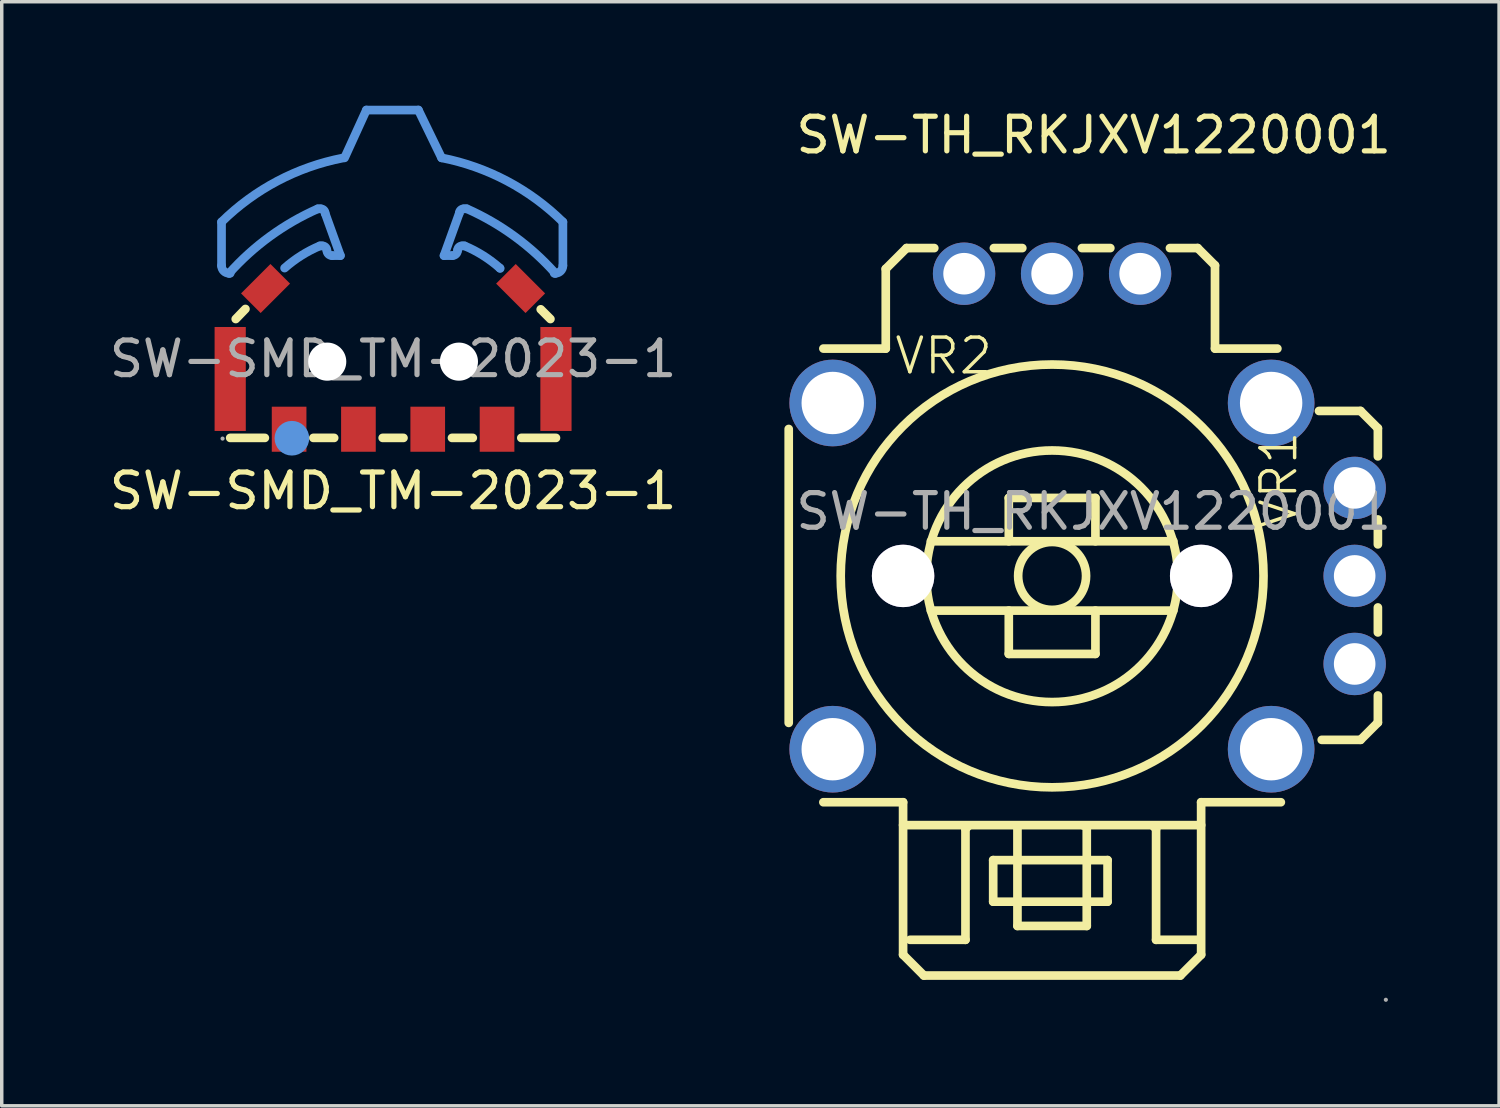
<source format=kicad_pcb>
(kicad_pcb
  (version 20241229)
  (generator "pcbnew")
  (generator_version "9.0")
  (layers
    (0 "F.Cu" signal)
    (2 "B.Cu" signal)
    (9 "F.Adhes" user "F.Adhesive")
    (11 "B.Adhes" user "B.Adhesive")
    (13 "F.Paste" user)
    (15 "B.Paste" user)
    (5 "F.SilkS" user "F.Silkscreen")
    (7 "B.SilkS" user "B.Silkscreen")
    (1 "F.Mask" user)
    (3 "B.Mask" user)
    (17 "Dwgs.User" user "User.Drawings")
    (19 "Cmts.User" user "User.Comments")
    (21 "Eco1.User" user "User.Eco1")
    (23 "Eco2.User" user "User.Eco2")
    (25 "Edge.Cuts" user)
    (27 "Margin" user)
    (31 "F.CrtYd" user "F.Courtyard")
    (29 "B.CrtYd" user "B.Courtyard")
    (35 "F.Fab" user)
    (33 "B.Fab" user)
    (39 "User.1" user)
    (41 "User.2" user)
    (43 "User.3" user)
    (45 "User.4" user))
  (footprint "SW-TH_RKJXV1220001"
    (layer "F.Cu")
    (at 28.508 11.708)
    (property "Reference" "SW-TH_RKJXV1220001" (at 0 -10.86 0) (layer "F.SilkS") (effects (font (size 1 1) (thickness 0.15))))
    (attr through_hole)
    (fp_line (start -8.8 -2.38) (end -8.8 6.1) (stroke (width 0.25) (type solid)) (layer "F.SilkS"))
    (fp_line (start -7.8 -4.7) (end -6 -4.7) (stroke (width 0.25) (type solid)) (layer "F.SilkS"))
    (fp_line (start -6 -7) (end -5.4 -7.6) (stroke (width 0.25) (type solid)) (layer "F.SilkS"))
    (fp_line (start -6 -4.7) (end -6 -7) (stroke (width 0.25) (type solid)) (layer "F.SilkS"))
    (fp_line (start -5.5 8.39) (end -7.8 8.39) (stroke (width 0.25) (type solid)) (layer "F.SilkS"))
    (fp_line (start -5.5 9.05) (end 3.1 9.05) (stroke (width 0.25) (type solid)) (layer "F.SilkS"))
    (fp_line (start -5.5 12.79) (end -5.5 8.39) (stroke (width 0.25) (type solid)) (layer "F.SilkS"))
    (fp_line (start -5.4 -7.6) (end -4.6 -7.6) (stroke (width 0.25) (type solid)) (layer "F.SilkS"))
    (fp_line (start -4.9 13.39) (end -5.5 12.79) (stroke (width 0.25) (type solid)) (layer "F.SilkS"))
    (fp_line (start -4.7 0.86) (end 2.3 0.86) (stroke (width 0.25) (type solid)) (layer "F.SilkS"))
    (fp_line (start -4.7 2.86) (end 2.3 2.86) (stroke (width 0.25) (type solid)) (layer "F.SilkS"))
    (fp_line (start -3.7 9.16) (end -3.7 12.36) (stroke (width 0.25) (type solid)) (layer "F.SilkS"))
    (fp_line (start -3.7 12.36) (end -5.3 12.36) (stroke (width 0.25) (type solid)) (layer "F.SilkS"))
    (fp_line (start -3.6 9.06) (end -3.7 9.16) (stroke (width 0.25) (type solid)) (layer "F.SilkS"))
    (fp_line (start -2.9 10.06) (end 0.4 10.06) (stroke (width 0.25) (type solid)) (layer "F.SilkS"))
    (fp_line (start -2.9 11.26) (end -2.9 10.06) (stroke (width 0.25) (type solid)) (layer "F.SilkS"))
    (fp_line (start -2.88 -7.6) (end -2.06 -7.6) (stroke (width 0.25) (type solid)) (layer "F.SilkS"))
    (fp_line (start -2.45 -0.39) (end 0.05 -0.39) (stroke (width 0.25) (type solid)) (layer "F.SilkS"))
    (fp_line (start -2.45 0.86) (end -2.45 -0.39) (stroke (width 0.25) (type solid)) (layer "F.SilkS"))
    (fp_line (start -2.45 4.11) (end -2.45 2.86) (stroke (width 0.25) (type solid)) (layer "F.SilkS"))
    (fp_line (start -2.2 9.06) (end -2.2 11.96) (stroke (width 0.25) (type solid)) (layer "F.SilkS"))
    (fp_line (start -2.2 11.96) (end -0.2 11.96) (stroke (width 0.25) (type solid)) (layer "F.SilkS"))
    (fp_line (start -0.34 -7.6) (end 0.48 -7.6) (stroke (width 0.25) (type solid)) (layer "F.SilkS"))
    (fp_line (start -0.2 9.06) (end -0.3 9.06) (stroke (width 0.25) (type solid)) (layer "F.SilkS"))
    (fp_line (start -0.2 11.96) (end -0.2 9.06) (stroke (width 0.25) (type solid)) (layer "F.SilkS"))
    (fp_line (start 0.05 -0.39) (end 0.05 0.86) (stroke (width 0.25) (type solid)) (layer "F.SilkS"))
    (fp_line (start 0.05 2.86) (end 0.05 4.11) (stroke (width 0.25) (type solid)) (layer "F.SilkS"))
    (fp_line (start 0.05 4.11) (end -2.45 4.11) (stroke (width 0.25) (type solid)) (layer "F.SilkS"))
    (fp_line (start 0.4 10.06) (end 0.4 11.26) (stroke (width 0.25) (type solid)) (layer "F.SilkS"))
    (fp_line (start 0.4 11.26) (end -2.9 11.26) (stroke (width 0.25) (type solid)) (layer "F.SilkS"))
    (fp_line (start 1.7 9.06) (end 1.8 9.16) (stroke (width 0.25) (type solid)) (layer "F.SilkS"))
    (fp_line (start 1.8 9.16) (end 1.8 12.36) (stroke (width 0.25) (type solid)) (layer "F.SilkS"))
    (fp_line (start 1.8 12.36) (end 3 12.36) (stroke (width 0.25) (type solid)) (layer "F.SilkS"))
    (fp_line (start 2.2 -7.6) (end 3 -7.6) (stroke (width 0.25) (type solid)) (layer "F.SilkS"))
    (fp_line (start 2.5 13.39) (end -4.9 13.39) (stroke (width 0.25) (type solid)) (layer "F.SilkS"))
    (fp_line (start 3 -7.6) (end 3.5 -7.1) (stroke (width 0.25) (type solid)) (layer "F.SilkS"))
    (fp_line (start 3.1 8.39) (end 3.1 12.79) (stroke (width 0.25) (type solid)) (layer "F.SilkS"))
    (fp_line (start 3.1 12.79) (end 2.5 13.39) (stroke (width 0.25) (type solid)) (layer "F.SilkS"))
    (fp_line (start 3.5 -7.1) (end 3.5 -4.7) (stroke (width 0.25) (type solid)) (layer "F.SilkS"))
    (fp_line (start 3.5 -4.7) (end 5.3 -4.7) (stroke (width 0.25) (type solid)) (layer "F.SilkS"))
    (fp_line (start 5.4 8.39) (end 3.1 8.39) (stroke (width 0.25) (type solid)) (layer "F.SilkS"))
    (fp_line (start 6.5 -2.9) (end 7.7 -2.9) (stroke (width 0.25) (type solid)) (layer "F.SilkS"))
    (fp_line (start 7.7 -2.9) (end 8.2 -2.4) (stroke (width 0.25) (type solid)) (layer "F.SilkS"))
    (fp_line (start 7.7 6.59) (end 6.58 6.59) (stroke (width 0.25) (type solid)) (layer "F.SilkS"))
    (fp_line (start 8.2 -2.4) (end 8.2 -1.59) (stroke (width 0.25) (type solid)) (layer "F.SilkS"))
    (fp_line (start 8.2 0.23) (end 8.2 0.95) (stroke (width 0.25) (type solid)) (layer "F.SilkS"))
    (fp_line (start 8.2 2.77) (end 8.2 3.49) (stroke (width 0.25) (type solid)) (layer "F.SilkS"))
    (fp_line (start 8.2 5.31) (end 8.2 6.09) (stroke (width 0.25) (type solid)) (layer "F.SilkS"))
    (fp_line (start 8.2 6.09) (end 7.7 6.59) (stroke (width 0.25) (type solid)) (layer "F.SilkS"))
    (fp_circle (center -1.2 1.86) (end -0.22 1.86) (stroke (width 0.25) (type solid)) (fill no) (layer "F.SilkS"))
    (fp_circle (center -1.2 1.86) (end 4.9 1.86) (stroke (width 0.25) (type solid)) (fill no) (layer "F.SilkS"))
    (fp_circle (center -1.2 1.87) (end 2.43 1.87) (stroke (width 0.25) (type solid)) (fill no) (layer "F.SilkS"))
    (fp_circle (center -7.53 -3.13) (end -7.13 -3.13) (stroke (width 0.8) (type solid)) (fill no) (layer "F.Fab"))
    (fp_circle (center -7.53 6.86) (end -7.13 6.86) (stroke (width 0.8) (type solid)) (fill no) (layer "F.Fab"))
    (fp_circle (center -5.5 1.86) (end -5.1 1.86) (stroke (width 0.8) (type solid)) (fill no) (layer "F.Fab"))
    (fp_circle (center -3.74 -6.86) (end -3.49 -6.86) (stroke (width 0.5) (type solid)) (fill no) (layer "F.Fab"))
    (fp_circle (center -1.2 -6.86) (end -0.95 -6.86) (stroke (width 0.5) (type solid)) (fill no) (layer "F.Fab"))
    (fp_circle (center 1.34 -6.86) (end 1.59 -6.86) (stroke (width 0.5) (type solid)) (fill no) (layer "F.Fab"))
    (fp_circle (center 3.1 1.86) (end 3.5 1.86) (stroke (width 0.8) (type solid)) (fill no) (layer "F.Fab"))
    (fp_circle (center 5.12 -3.13) (end 5.52 -3.13) (stroke (width 0.8) (type solid)) (fill no) (layer "F.Fab"))
    (fp_circle (center 5.12 6.86) (end 5.52 6.86) (stroke (width 0.8) (type solid)) (fill no) (layer "F.Fab"))
    (fp_circle (center 7.53 -0.68) (end 7.78 -0.68) (stroke (width 0.5) (type solid)) (fill no) (layer "F.Fab"))
    (fp_circle (center 7.53 1.86) (end 7.78 1.86) (stroke (width 0.5) (type solid)) (fill no) (layer "F.Fab"))
    (fp_circle (center 7.53 4.4) (end 7.78 4.4) (stroke (width 0.5) (type solid)) (fill no) (layer "F.Fab"))
    (fp_circle (center 8.43 14.09) (end 8.46 14.09) (stroke (width 0.06) (type solid)) (fill no) (layer "F.Fab"))
    (fp_text user "VR2" (at -5.8 -4.49 0) (layer "F.SilkS") (effects (font (size 1 1) (thickness 0.1)) (justify left)))
    (fp_text user "VR1" (at 5.34 0.56 90) (layer "F.SilkS") (effects (font (size 1 1) (thickness 0.1)) (justify left)))
    (fp_text user "${REFERENCE}" (at 0 0 0) (layer "F.Fab") (effects (font (size 1 1) (thickness 0.15))))
    (pad "" thru_hole circle (at -5.5 1.86) (size 1.8 1.8) (drill 1.8) (layers "*.Cu" "*.Mask"))
    (pad "" thru_hole circle (at 3.1 1.86) (size 1.8 1.8) (drill 1.8) (layers "*.Cu" "*.Mask"))
    (pad "1" thru_hole circle (at 7.53 4.4) (size 1.8 1.8) (drill 1.2) (layers "*.Cu" "*.Mask"))
    (pad "2" thru_hole circle (at 7.53 1.86) (size 1.8 1.8) (drill 1.2) (layers "*.Cu" "*.Mask"))
    (pad "3" thru_hole circle (at 7.53 -0.68) (size 1.8 1.8) (drill 1.2) (layers "*.Cu" "*.Mask"))
    (pad "4" thru_hole circle (at 1.34 -6.86) (size 1.8 1.8) (drill 1.2) (layers "*.Cu" "*.Mask"))
    (pad "5" thru_hole circle (at -1.2 -6.86) (size 1.8 1.8) (drill 1.2) (layers "*.Cu" "*.Mask"))
    (pad "6" thru_hole circle (at -3.74 -6.86) (size 1.8 1.8) (drill 1.2) (layers "*.Cu" "*.Mask"))
    (pad "7" thru_hole circle (at -7.53 -3.13) (size 2.5 2.5) (drill 1.8) (layers "*.Cu" "*.Mask"))
    (pad "8" thru_hole circle (at -7.53 6.86) (size 2.5 2.5) (drill 1.8) (layers "*.Cu" "*.Mask"))
    (pad "9" thru_hole circle (at 5.12 6.86) (size 2.5 2.5) (drill 1.8) (layers "*.Cu" "*.Mask"))
    (pad "10" thru_hole circle (at 5.12 -3.13) (size 2.5 2.5) (drill 1.8) (layers "*.Cu" "*.Mask")))
  (footprint "SW-SMD_TM-2023-1"
    (layer "F.Cu")
    (at 8.292 7.305)
    (property "Reference" "SW-SMD_TM-2023-1" (at 0 3.81 0) (layer "F.SilkS") (effects (font (size 1 1) (thickness 0.15))))
    (attr smd)
    (fp_line (start -4.7 2.28) (end -3.7 2.28) (stroke (width 0.25) (type solid)) (layer "F.SilkS"))
    (fp_line (start -4.26 -1.44) (end -4.54 -1.15) (stroke (width 0.25) (type solid)) (layer "F.SilkS"))
    (fp_line (start -2.3 2.28) (end -1.7 2.28) (stroke (width 0.25) (type solid)) (layer "F.SilkS"))
    (fp_line (start -0.3 2.28) (end 0.3 2.28) (stroke (width 0.25) (type solid)) (layer "F.SilkS"))
    (fp_line (start 1.7 2.28) (end 2.3 2.28) (stroke (width 0.25) (type solid)) (layer "F.SilkS"))
    (fp_line (start 3.7 2.28) (end 4.7 2.28) (stroke (width 0.25) (type solid)) (layer "F.SilkS"))
    (fp_line (start 4.26 -1.43) (end 4.54 -1.15) (stroke (width 0.25) (type solid)) (layer "F.SilkS"))
    (fp_line (start -4.95 -3.95) (end -4.95 -2.69) (stroke (width 0.25) (type solid)) (layer "Cmts.User"))
    (fp_line (start -4.73 -2.47) (end -4.7 -2.47) (stroke (width 0.25) (type solid)) (layer "Cmts.User"))
    (fp_line (start -2.09 -4.33) (end -2.17 -4.33) (stroke (width 0.25) (type solid)) (layer "Cmts.User"))
    (fp_line (start -2.04 -3.26) (end -2.11 -3.26) (stroke (width 0.25) (type solid)) (layer "Cmts.User"))
    (fp_line (start -1.52 -2.98) (end -1.96 -4.2) (stroke (width 0.25) (type solid)) (layer "Cmts.User"))
    (fp_line (start -1.52 -2.98) (end -1.76 -2.98) (stroke (width 0.25) (type solid)) (layer "Cmts.User"))
    (fp_line (start -0.77 -7.18) (end -1.4 -5.8) (stroke (width 0.25) (type solid)) (layer "Cmts.User"))
    (fp_line (start -0.77 -7.18) (end 0.73 -7.18) (stroke (width 0.25) (type solid)) (layer "Cmts.User"))
    (fp_line (start 0.73 -7.18) (end 1.4 -5.8) (stroke (width 0.25) (type solid)) (layer "Cmts.User"))
    (fp_line (start 1.47 -2.98) (end 1.71 -2.98) (stroke (width 0.25) (type solid)) (layer "Cmts.User"))
    (fp_line (start 1.47 -2.98) (end 1.91 -4.2) (stroke (width 0.25) (type solid)) (layer "Cmts.User"))
    (fp_line (start 1.99 -3.26) (end 2.06 -3.26) (stroke (width 0.25) (type solid)) (layer "Cmts.User"))
    (fp_line (start 2.04 -4.33) (end 2.12 -4.33) (stroke (width 0.25) (type solid)) (layer "Cmts.User"))
    (fp_line (start 3.08 -2.62) (end 3.09 -2.61) (stroke (width 0.25) (type solid)) (layer "Cmts.User"))
    (fp_line (start 4.68 -2.47) (end 4.65 -2.47) (stroke (width 0.25) (type solid)) (layer "Cmts.User"))
    (fp_line (start 4.9 -3.95) (end 4.9 -2.69) (stroke (width 0.25) (type solid)) (layer "Cmts.User"))
    (fp_arc (start -4.95 -3.95) (mid -3.333173 -5.132519) (end -1.443452 -5.796924) (stroke (width 0.25) (type solid)) (layer "Cmts.User"))
    (fp_arc (start -4.73 -2.47) (mid -4.885563 -2.534437) (end -4.95 -2.69) (stroke (width 0.25) (type solid)) (layer "Cmts.User"))
    (fp_arc (start -4.73 -2.47) (mid -3.551366 -3.535307) (end -2.174779 -4.328441) (stroke (width 0.25) (type solid)) (layer "Cmts.User"))
    (fp_arc (start -3.13 -2.62) (mid -2.647584 -2.981522) (end -2.113013 -3.260192) (stroke (width 0.25) (type solid)) (layer "Cmts.User"))
    (fp_arc (start -2.09 -4.33) (mid -1.998077 -4.291924) (end -1.96 -4.2) (stroke (width 0.25) (type solid)) (layer "Cmts.User"))
    (fp_arc (start -2.04 -3.26) (mid -1.948077 -3.221924) (end -1.91 -3.13) (stroke (width 0.25) (type solid)) (layer "Cmts.User"))
    (fp_arc (start -1.76 -2.98) (mid -1.866066 -3.023934) (end -1.91 -3.13) (stroke (width 0.25) (type solid)) (layer "Cmts.User"))
    (fp_arc (start 1.401179 -5.800623) (mid 3.28698 -5.133174) (end 4.9 -3.95) (stroke (width 0.25) (type solid)) (layer "Cmts.User"))
    (fp_arc (start 1.86 -3.13) (mid 1.816066 -3.023934) (end 1.71 -2.98) (stroke (width 0.25) (type solid)) (layer "Cmts.User"))
    (fp_arc (start 1.86 -3.13) (mid 1.898076 -3.221923) (end 1.99 -3.26) (stroke (width 0.25) (type solid)) (layer "Cmts.User"))
    (fp_arc (start 1.91 -4.2) (mid 1.948076 -4.291923) (end 2.04 -4.33) (stroke (width 0.25) (type solid)) (layer "Cmts.User"))
    (fp_arc (start 2.063013 -3.260192) (mid 2.597584 -2.981522) (end 3.08 -2.62) (stroke (width 0.25) (type solid)) (layer "Cmts.User"))
    (fp_arc (start 2.123891 -4.33256) (mid 3.501142 -3.537413) (end 4.68 -2.47) (stroke (width 0.25) (type solid)) (layer "Cmts.User"))
    (fp_arc (start 4.9 -2.69) (mid 4.835563 -2.534437) (end 4.68 -2.47) (stroke (width 0.25) (type solid)) (layer "Cmts.User"))
    (fp_circle (center -2.92 2.29) (end -2.67 2.29) (stroke (width 0.5) (type solid)) (fill no) (layer "Cmts.User"))
    (fp_circle (center -1.9 0.08) (end -1.7 0.08) (stroke (width 0.4) (type solid)) (fill no) (layer "Cmts.User"))
    (fp_circle (center 1.9 0.08) (end 2.1 0.08) (stroke (width 0.4) (type solid)) (fill no) (layer "Cmts.User"))
    (fp_circle (center -4.92 2.3) (end -4.89 2.3) (stroke (width 0.06) (type solid)) (fill no) (layer "F.Fab"))
    (fp_text user "${REFERENCE}" (at 0 0 0) (layer "F.Fab") (effects (font (size 1 1) (thickness 0.15))))
    (pad "" np_thru_hole circle (at -1.9 0.08) (size 1.1 1.1) (drill 1.1) (layers "*.Cu" "*.Mask"))
    (pad "" np_thru_hole circle (at 1.9 0.08) (size 1.1 1.1) (drill 1.1) (layers "*.Cu" "*.Mask"))
    (pad "1" smd rect (at -3 2.03) (size 1 1.3) (layers "F.Cu" "F.Mask" "F.Paste"))
    (pad "2" smd rect (at 3 2.03) (size 1 1.3) (layers "F.Cu" "F.Mask" "F.Paste"))
    (pad "C" smd rect (at -1 2.03) (size 1 1.3) (layers "F.Cu" "F.Mask" "F.Paste"))
    (pad "SH" smd rect (at -4.7 0.58) (size 0.9 3) (layers "F.Cu" "F.Mask" "F.Paste"))
    (pad "SH" smd rect (at -3.68 -2.03 45) (size 1.2 0.8) (layers "F.Cu" "F.Mask" "F.Paste"))
    (pad "SH" smd rect (at 3.68 -2.03 315) (size 1.2 0.8) (layers "F.Cu" "F.Mask" "F.Paste"))
    (pad "SH" smd rect (at 4.7 0.58) (size 0.9 3) (layers "F.Cu" "F.Mask" "F.Paste"))
    (pad "T" smd rect (at 1 2.03) (size 1 1.3) (layers "F.Cu" "F.Mask" "F.Paste")))
  (gr_rect
    (start -3 -3)
    (end 40.205 28.858)
    (stroke (width 0.1) (type default))
    (fill no)
    (layer "Edge.Cuts")))
</source>
